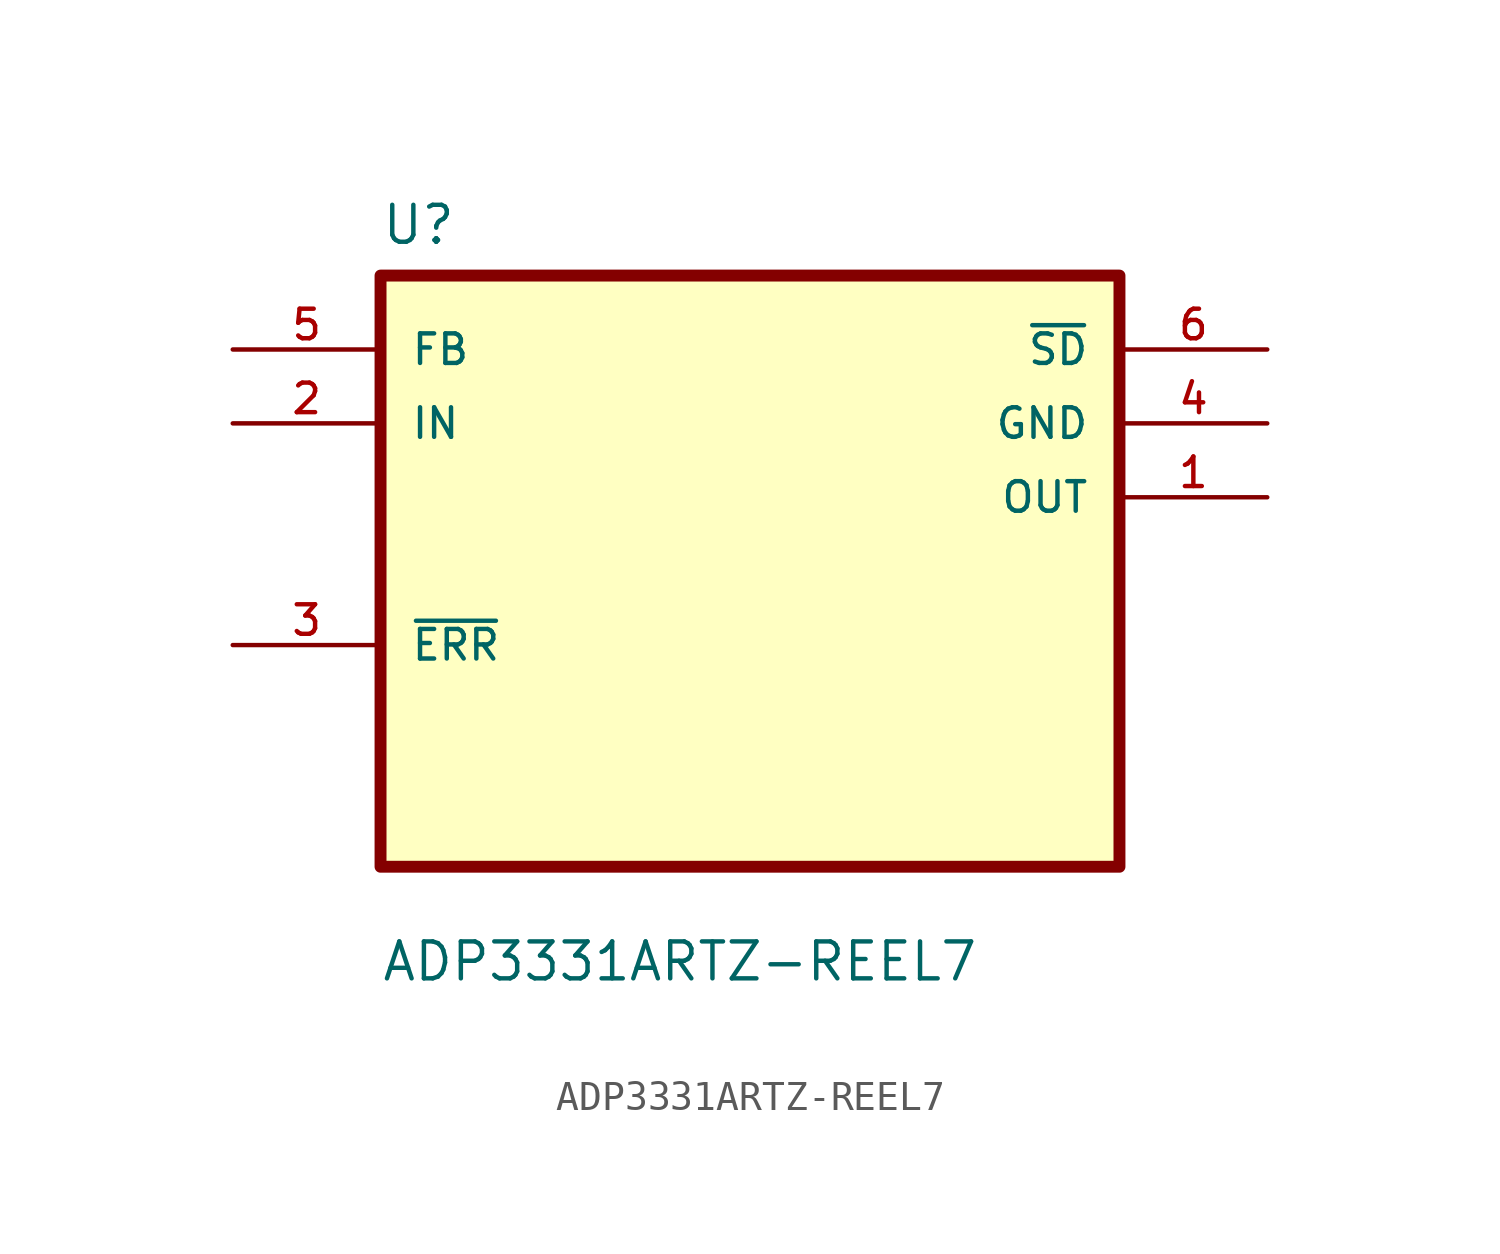
<source format=kicad_sym>
(kicad_symbol_lib
  (version 20211014)
  (generator kicad_symbol_editor)
  (symbol "ADP3331ARTZ-REEL7"
    (pin_names
      (offset 1.016))
    (property "Reference" "U"
      (at -12.7 11.16 0.0)
      (effects (font (size 1.27 1.27)) (justify bottom left)))
    (property "Value" "ADP3331ARTZ-REEL7"
      (at -12.7 -14.16 0.0)
      (effects (font (size 1.27 1.27)) (justify bottom left)))
    (symbol "ADP3331ARTZ-REEL7_0_0"
      (rectangle (start -12.7 -10.16) (end 12.7 10.16) (stroke (width 0.41)) (fill (type background)))
      (pin input line (at -17.78 7.62 0) (length 5.08) (name "FB" (effects (font (size 1.016 1.016)))) (number "5" (effects (font (size 1.016 1.016)))))
      (pin input line (at -17.78 5.08 0) (length 5.08) (name "IN" (effects (font (size 1.016 1.016)))) (number "2" (effects (font (size 1.016 1.016)))))
      (pin bidirectional line (at -17.78 -2.54 0) (length 5.08) (name "~{ERR}" (effects (font (size 1.016 1.016)))) (number "3" (effects (font (size 1.016 1.016)))))
      (pin output line (at 17.78 7.62 180.0) (length 5.08) (name "~{SD}" (effects (font (size 1.016 1.016)))) (number "6" (effects (font (size 1.016 1.016)))))
      (pin output line (at 17.78 5.08 180.0) (length 5.08) (name "GND" (effects (font (size 1.016 1.016)))) (number "4" (effects (font (size 1.016 1.016)))))
      (pin output line (at 17.78 2.54 180.0) (length 5.08) (name "OUT" (effects (font (size 1.016 1.016)))) (number "1" (effects (font (size 1.016 1.016))))))))
</source>
